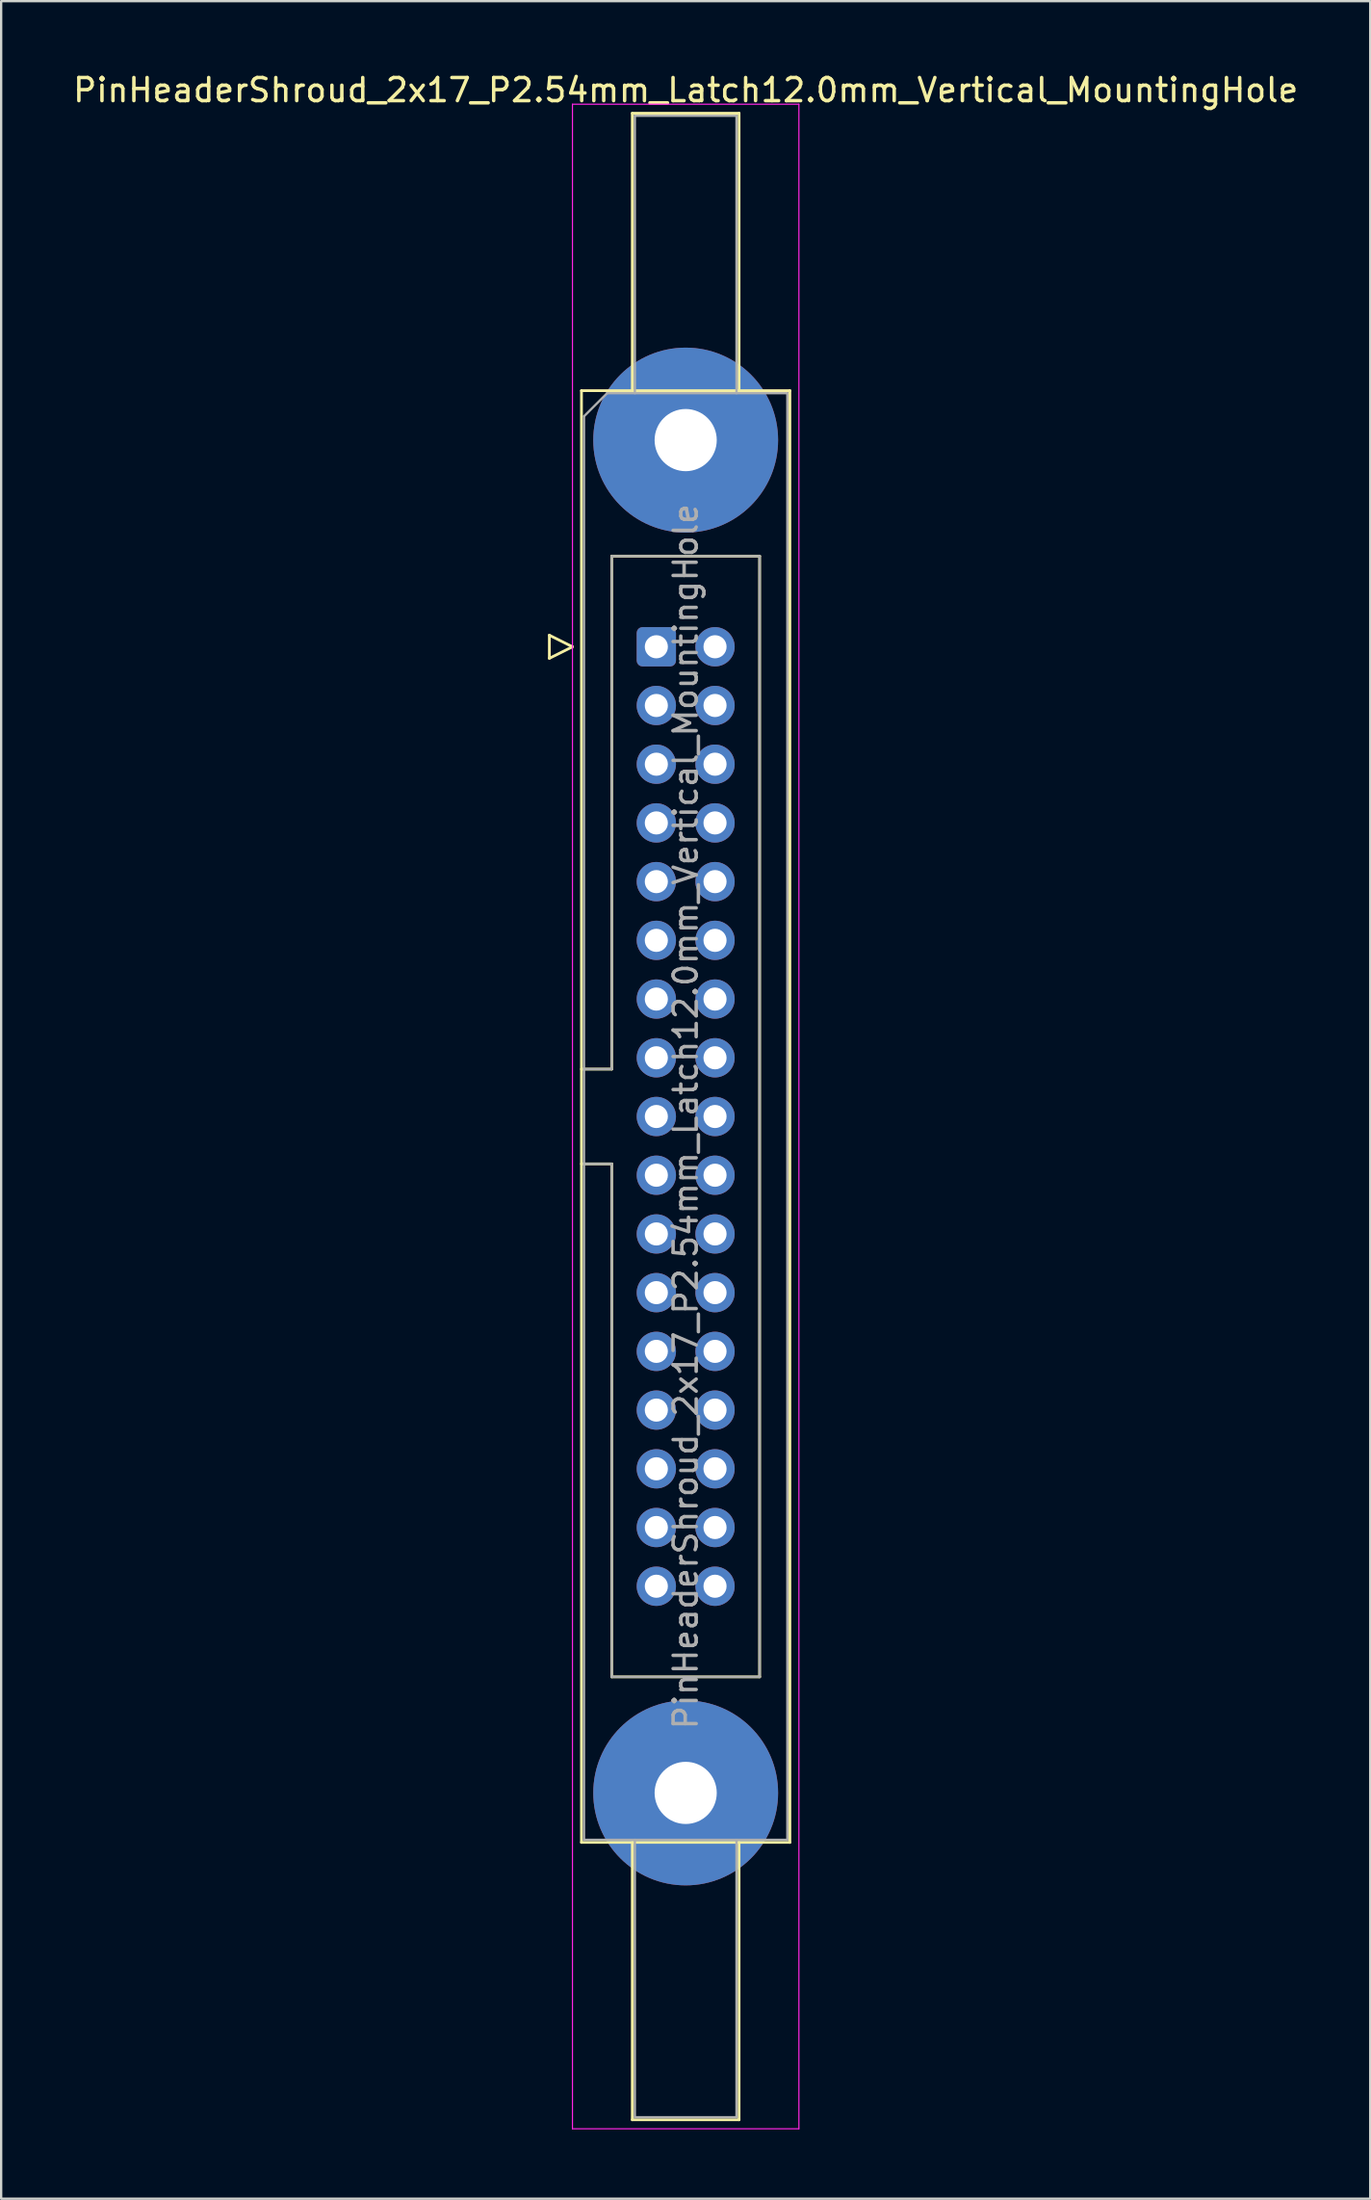
<source format=kicad_pcb>
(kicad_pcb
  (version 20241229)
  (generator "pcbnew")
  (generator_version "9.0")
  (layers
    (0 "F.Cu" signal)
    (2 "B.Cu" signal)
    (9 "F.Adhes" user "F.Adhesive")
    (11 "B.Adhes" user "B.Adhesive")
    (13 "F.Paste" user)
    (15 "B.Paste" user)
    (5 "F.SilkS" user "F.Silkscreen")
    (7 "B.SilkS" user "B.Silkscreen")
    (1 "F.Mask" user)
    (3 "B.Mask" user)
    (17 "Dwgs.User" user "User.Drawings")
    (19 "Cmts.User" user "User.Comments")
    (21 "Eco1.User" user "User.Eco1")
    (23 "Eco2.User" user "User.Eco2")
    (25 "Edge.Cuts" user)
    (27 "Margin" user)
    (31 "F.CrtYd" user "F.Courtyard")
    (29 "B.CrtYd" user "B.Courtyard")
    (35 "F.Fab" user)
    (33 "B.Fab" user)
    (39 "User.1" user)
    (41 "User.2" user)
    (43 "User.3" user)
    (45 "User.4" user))
  (footprint "PinHeaderShroud_2x17_P2.54mm_Latch12.0mm_Vertical_MountingHole"
    (layer "F.Cu")
    (at 25.355 24.928)
    (property "Reference" "PinHeaderShroud_2x17_P2.54mm_Latch12.0mm_Vertical_MountingHole" (at 1.27 -24.08 0) (layer "F.SilkS") (effects (font (size 1 1) (thickness 0.15))))
    (attr through_hole)
    (fp_line (start -4.63 -0.5) (end -4.63 0.5) (stroke (width 0.12) (type solid)) (layer "F.SilkS"))
    (fp_line (start -4.63 0.5) (end -3.63 0) (stroke (width 0.12) (type solid)) (layer "F.SilkS"))
    (fp_line (start -3.63 0) (end -4.63 -0.5) (stroke (width 0.12) (type solid)) (layer "F.SilkS"))
    (fp_line (start -3.24 -11.08) (end 5.78 -11.08) (stroke (width 0.12) (type solid)) (layer "F.SilkS"))
    (fp_line (start -3.24 18.27) (end -1.93 18.27) (stroke (width 0.12) (type solid)) (layer "F.SilkS"))
    (fp_line (start -3.24 22.37) (end -1.93 22.37) (stroke (width 0.12) (type solid)) (layer "F.SilkS"))
    (fp_line (start -3.24 51.72) (end -3.24 -11.08) (stroke (width 0.12) (type solid)) (layer "F.SilkS"))
    (fp_line (start -1.93 -3.92) (end 4.47 -3.92) (stroke (width 0.12) (type solid)) (layer "F.SilkS"))
    (fp_line (start -1.93 18.27) (end -1.93 -3.92) (stroke (width 0.12) (type solid)) (layer "F.SilkS"))
    (fp_line (start -1.93 44.56) (end -1.93 22.37) (stroke (width 0.12) (type solid)) (layer "F.SilkS"))
    (fp_line (start -1.04 -23.08) (end 3.58 -23.08) (stroke (width 0.12) (type solid)) (layer "F.SilkS"))
    (fp_line (start -1.04 -11.08) (end -1.04 -23.08) (stroke (width 0.12) (type solid)) (layer "F.SilkS"))
    (fp_line (start -1.04 51.72) (end -1.04 63.72) (stroke (width 0.12) (type solid)) (layer "F.SilkS"))
    (fp_line (start -1.04 63.72) (end 3.58 63.72) (stroke (width 0.12) (type solid)) (layer "F.SilkS"))
    (fp_line (start 3.58 -23.08) (end 3.58 -11.08) (stroke (width 0.12) (type solid)) (layer "F.SilkS"))
    (fp_line (start 3.58 63.72) (end 3.58 51.72) (stroke (width 0.12) (type solid)) (layer "F.SilkS"))
    (fp_line (start 4.47 -3.92) (end 4.47 44.56) (stroke (width 0.12) (type solid)) (layer "F.SilkS"))
    (fp_line (start 4.47 44.56) (end -1.93 44.56) (stroke (width 0.12) (type solid)) (layer "F.SilkS"))
    (fp_line (start 5.78 -11.08) (end 5.78 51.72) (stroke (width 0.12) (type solid)) (layer "F.SilkS"))
    (fp_line (start 5.78 51.72) (end -3.24 51.72) (stroke (width 0.12) (type solid)) (layer "F.SilkS"))
    (fp_line (start -3.63 -23.47) (end -3.63 64.11) (stroke (width 0.05) (type solid)) (layer "F.CrtYd"))
    (fp_line (start -3.63 64.11) (end 6.17 64.11) (stroke (width 0.05) (type solid)) (layer "F.CrtYd"))
    (fp_line (start 6.17 -23.47) (end -3.63 -23.47) (stroke (width 0.05) (type solid)) (layer "F.CrtYd"))
    (fp_line (start 6.17 64.11) (end 6.17 -23.47) (stroke (width 0.05) (type solid)) (layer "F.CrtYd"))
    (fp_line (start -3.13 -9.97) (end -2.13 -10.97) (stroke (width 0.1) (type solid)) (layer "F.Fab"))
    (fp_line (start -3.13 18.27) (end -1.93 18.27) (stroke (width 0.1) (type solid)) (layer "F.Fab"))
    (fp_line (start -3.13 22.37) (end -1.93 22.37) (stroke (width 0.1) (type solid)) (layer "F.Fab"))
    (fp_line (start -3.13 51.61) (end -3.13 -9.97) (stroke (width 0.1) (type solid)) (layer "F.Fab"))
    (fp_line (start -2.13 -10.97) (end 5.67 -10.97) (stroke (width 0.1) (type solid)) (layer "F.Fab"))
    (fp_line (start -1.93 -3.92) (end 4.47 -3.92) (stroke (width 0.1) (type solid)) (layer "F.Fab"))
    (fp_line (start -1.93 18.27) (end -1.93 -3.92) (stroke (width 0.1) (type solid)) (layer "F.Fab"))
    (fp_line (start -1.93 44.56) (end -1.93 22.37) (stroke (width 0.1) (type solid)) (layer "F.Fab"))
    (fp_line (start -0.93 -22.97) (end 3.47 -22.97) (stroke (width 0.1) (type solid)) (layer "F.Fab"))
    (fp_line (start -0.93 -10.97) (end -0.93 -22.97) (stroke (width 0.1) (type solid)) (layer "F.Fab"))
    (fp_line (start -0.93 51.61) (end -0.93 63.61) (stroke (width 0.1) (type solid)) (layer "F.Fab"))
    (fp_line (start -0.93 63.61) (end 3.47 63.61) (stroke (width 0.1) (type solid)) (layer "F.Fab"))
    (fp_line (start 3.47 -22.97) (end 3.47 -10.97) (stroke (width 0.1) (type solid)) (layer "F.Fab"))
    (fp_line (start 3.47 63.61) (end 3.47 51.61) (stroke (width 0.1) (type solid)) (layer "F.Fab"))
    (fp_line (start 4.47 -3.92) (end 4.47 44.56) (stroke (width 0.1) (type solid)) (layer "F.Fab"))
    (fp_line (start 4.47 44.56) (end -1.93 44.56) (stroke (width 0.1) (type solid)) (layer "F.Fab"))
    (fp_line (start 5.67 -10.97) (end 5.67 51.61) (stroke (width 0.1) (type solid)) (layer "F.Fab"))
    (fp_line (start 5.67 51.61) (end -3.13 51.61) (stroke (width 0.1) (type solid)) (layer "F.Fab"))
    (fp_text user "${REFERENCE}" (at 1.27 20.32 90) (layer "F.Fab") (effects (font (size 1 1) (thickness 0.15))))
    (pad "" thru_hole circle (at 1.27 -8.94) (size 8 8) (drill 2.69) (layers "*.Cu" "*.Mask"))
    (pad "" thru_hole circle (at 1.27 49.58) (size 8 8) (drill 2.69) (layers "*.Cu" "*.Mask"))
    (pad "1" thru_hole roundrect (at 0 0) (size 1.7 1.7) (drill 1) (layers "*.Cu" "*.Mask") (roundrect_rratio 0.147))
    (pad "2" thru_hole circle (at 2.54 0) (size 1.7 1.7) (drill 1) (layers "*.Cu" "*.Mask"))
    (pad "3" thru_hole circle (at 0 2.54) (size 1.7 1.7) (drill 1) (layers "*.Cu" "*.Mask"))
    (pad "4" thru_hole circle (at 2.54 2.54) (size 1.7 1.7) (drill 1) (layers "*.Cu" "*.Mask"))
    (pad "5" thru_hole circle (at 0 5.08) (size 1.7 1.7) (drill 1) (layers "*.Cu" "*.Mask"))
    (pad "6" thru_hole circle (at 2.54 5.08) (size 1.7 1.7) (drill 1) (layers "*.Cu" "*.Mask"))
    (pad "7" thru_hole circle (at 0 7.62) (size 1.7 1.7) (drill 1) (layers "*.Cu" "*.Mask"))
    (pad "8" thru_hole circle (at 2.54 7.62) (size 1.7 1.7) (drill 1) (layers "*.Cu" "*.Mask"))
    (pad "9" thru_hole circle (at 0 10.16) (size 1.7 1.7) (drill 1) (layers "*.Cu" "*.Mask"))
    (pad "10" thru_hole circle (at 2.54 10.16) (size 1.7 1.7) (drill 1) (layers "*.Cu" "*.Mask"))
    (pad "11" thru_hole circle (at 0 12.7) (size 1.7 1.7) (drill 1) (layers "*.Cu" "*.Mask"))
    (pad "12" thru_hole circle (at 2.54 12.7) (size 1.7 1.7) (drill 1) (layers "*.Cu" "*.Mask"))
    (pad "13" thru_hole circle (at 0 15.24) (size 1.7 1.7) (drill 1) (layers "*.Cu" "*.Mask"))
    (pad "14" thru_hole circle (at 2.54 15.24) (size 1.7 1.7) (drill 1) (layers "*.Cu" "*.Mask"))
    (pad "15" thru_hole circle (at 0 17.78) (size 1.7 1.7) (drill 1) (layers "*.Cu" "*.Mask"))
    (pad "16" thru_hole circle (at 2.54 17.78) (size 1.7 1.7) (drill 1) (layers "*.Cu" "*.Mask"))
    (pad "17" thru_hole circle (at 0 20.32) (size 1.7 1.7) (drill 1) (layers "*.Cu" "*.Mask"))
    (pad "18" thru_hole circle (at 2.54 20.32) (size 1.7 1.7) (drill 1) (layers "*.Cu" "*.Mask"))
    (pad "19" thru_hole circle (at 0 22.86) (size 1.7 1.7) (drill 1) (layers "*.Cu" "*.Mask"))
    (pad "20" thru_hole circle (at 2.54 22.86) (size 1.7 1.7) (drill 1) (layers "*.Cu" "*.Mask"))
    (pad "21" thru_hole circle (at 0 25.4) (size 1.7 1.7) (drill 1) (layers "*.Cu" "*.Mask"))
    (pad "22" thru_hole circle (at 2.54 25.4) (size 1.7 1.7) (drill 1) (layers "*.Cu" "*.Mask"))
    (pad "23" thru_hole circle (at 0 27.94) (size 1.7 1.7) (drill 1) (layers "*.Cu" "*.Mask"))
    (pad "24" thru_hole circle (at 2.54 27.94) (size 1.7 1.7) (drill 1) (layers "*.Cu" "*.Mask"))
    (pad "25" thru_hole circle (at 0 30.48) (size 1.7 1.7) (drill 1) (layers "*.Cu" "*.Mask"))
    (pad "26" thru_hole circle (at 2.54 30.48) (size 1.7 1.7) (drill 1) (layers "*.Cu" "*.Mask"))
    (pad "27" thru_hole circle (at 0 33.02) (size 1.7 1.7) (drill 1) (layers "*.Cu" "*.Mask"))
    (pad "28" thru_hole circle (at 2.54 33.02) (size 1.7 1.7) (drill 1) (layers "*.Cu" "*.Mask"))
    (pad "29" thru_hole circle (at 0 35.56) (size 1.7 1.7) (drill 1) (layers "*.Cu" "*.Mask"))
    (pad "30" thru_hole circle (at 2.54 35.56) (size 1.7 1.7) (drill 1) (layers "*.Cu" "*.Mask"))
    (pad "31" thru_hole circle (at 0 38.1) (size 1.7 1.7) (drill 1) (layers "*.Cu" "*.Mask"))
    (pad "32" thru_hole circle (at 2.54 38.1) (size 1.7 1.7) (drill 1) (layers "*.Cu" "*.Mask"))
    (pad "33" thru_hole circle (at 0 40.64) (size 1.7 1.7) (drill 1) (layers "*.Cu" "*.Mask"))
    (pad "34" thru_hole circle (at 2.54 40.64) (size 1.7 1.7) (drill 1) (layers "*.Cu" "*.Mask")))
  (gr_rect
    (start -3 -3)
    (end 56.25 92.063)
    (stroke (width 0.1) (type default))
    (fill no)
    (layer "Edge.Cuts")))
</source>
